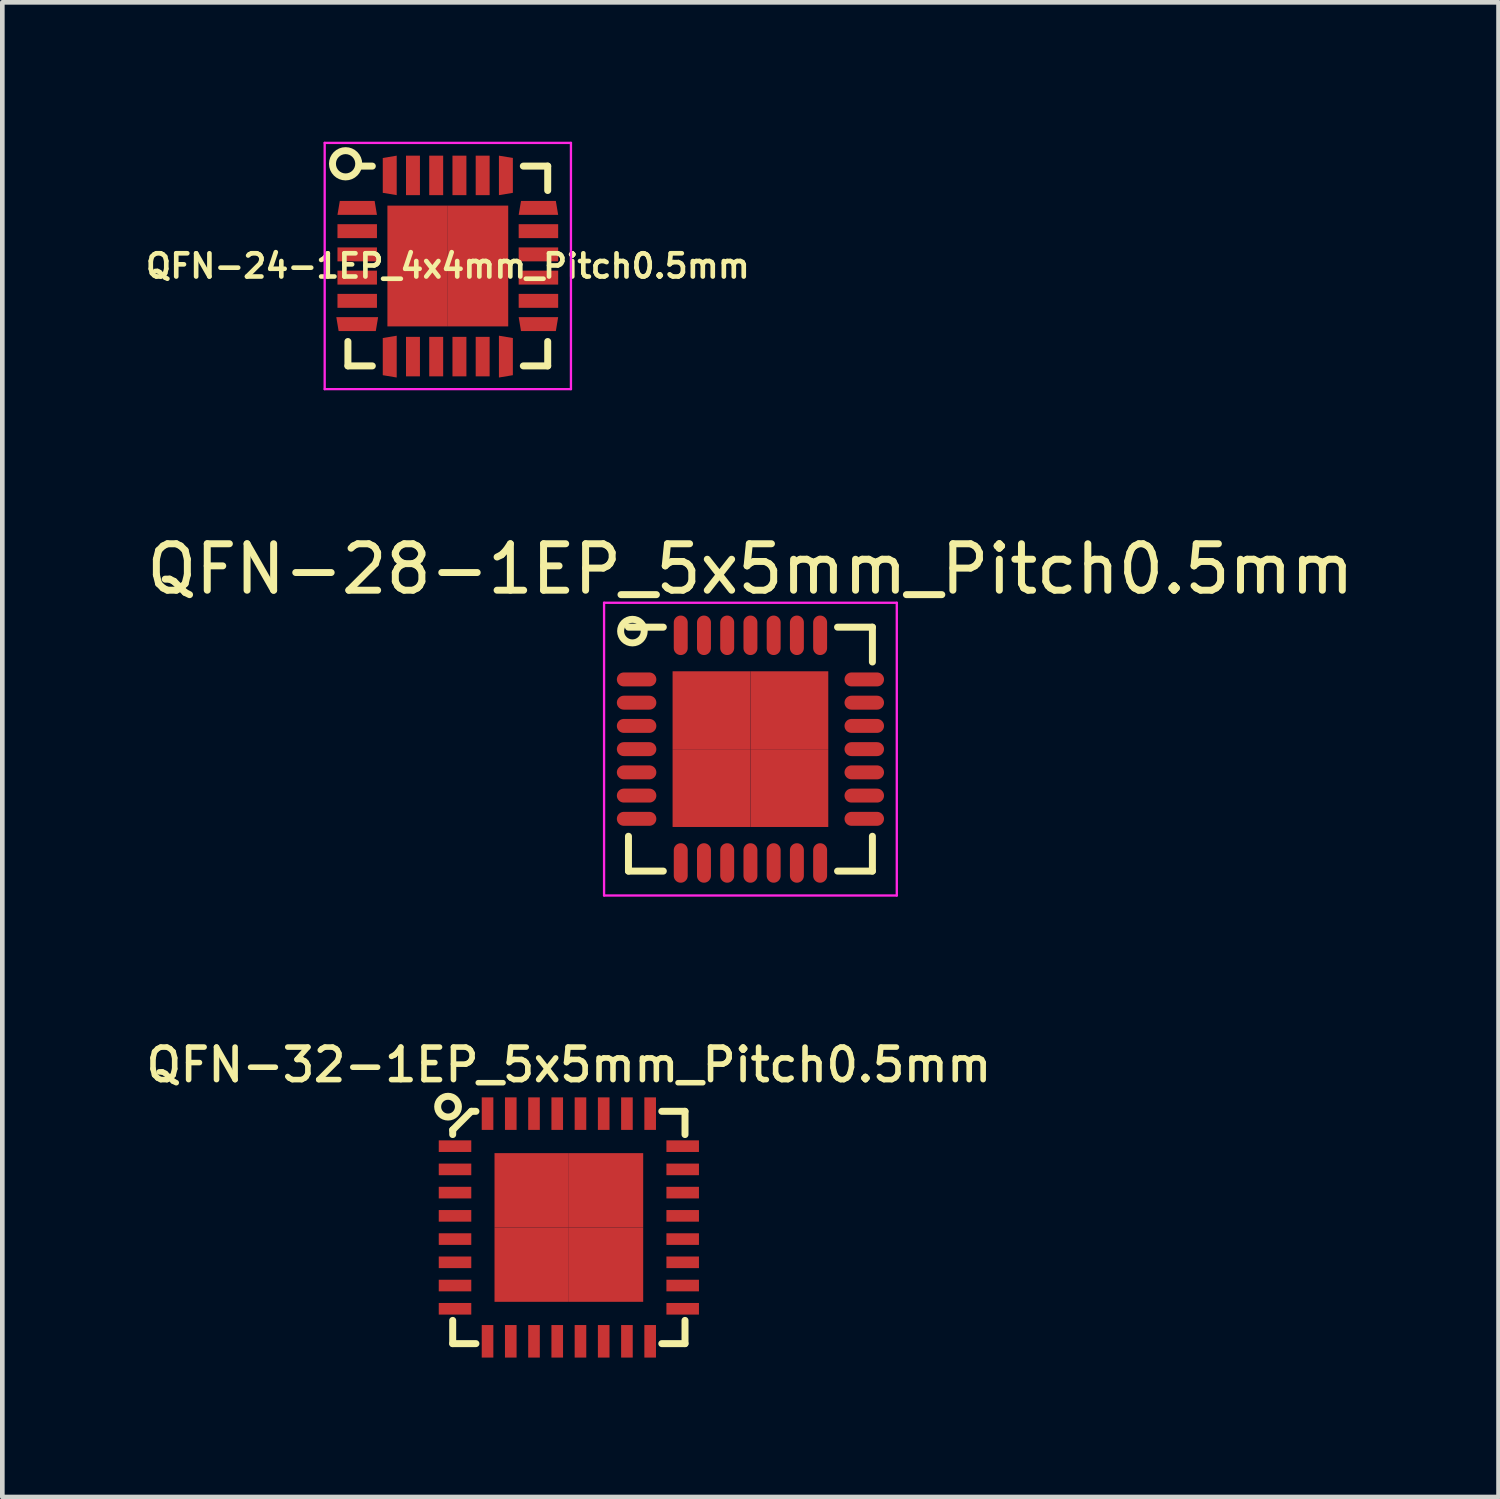
<source format=kicad_pcb>
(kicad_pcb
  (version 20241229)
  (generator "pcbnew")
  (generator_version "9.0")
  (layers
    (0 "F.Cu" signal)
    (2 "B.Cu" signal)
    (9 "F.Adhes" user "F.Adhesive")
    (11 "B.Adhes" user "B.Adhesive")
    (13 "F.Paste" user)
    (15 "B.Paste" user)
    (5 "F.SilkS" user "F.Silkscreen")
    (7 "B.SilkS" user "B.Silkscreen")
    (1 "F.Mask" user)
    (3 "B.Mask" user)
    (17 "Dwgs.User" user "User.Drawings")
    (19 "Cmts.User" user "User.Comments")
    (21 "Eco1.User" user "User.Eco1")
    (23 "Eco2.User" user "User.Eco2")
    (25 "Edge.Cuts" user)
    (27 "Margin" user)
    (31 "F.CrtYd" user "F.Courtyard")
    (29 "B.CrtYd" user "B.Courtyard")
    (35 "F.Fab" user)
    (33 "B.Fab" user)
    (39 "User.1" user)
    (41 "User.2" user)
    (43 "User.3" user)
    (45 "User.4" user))
  (footprint "QFN-24-1EP_4x4mm_Pitch0.5mm"
    (layer "F.Cu")
    (at 6.588 2.675)
    (property "Reference" "QFN-24-1EP_4x4mm_Pitch0.5mm" (at 0 0 0) (layer "F.SilkS") (effects (font (size 0.5 0.5) (thickness 0.1))))
    (attr smd)
    (fp_line (start -2.15 2.15) (end -2.15 1.625) (stroke (width 0.15) (type solid)) (layer "F.SilkS"))
    (fp_line (start -2.15 2.15) (end -1.625 2.15) (stroke (width 0.15) (type solid)) (layer "F.SilkS"))
    (fp_line (start -1.9 -2.15) (end -1.625 -2.15) (stroke (width 0.15) (type solid)) (layer "F.SilkS"))
    (fp_line (start 2.15 -2.15) (end 1.625 -2.15) (stroke (width 0.15) (type solid)) (layer "F.SilkS"))
    (fp_line (start 2.15 -2.15) (end 2.15 -1.625) (stroke (width 0.15) (type solid)) (layer "F.SilkS"))
    (fp_line (start 2.15 2.15) (end 1.625 2.15) (stroke (width 0.15) (type solid)) (layer "F.SilkS"))
    (fp_line (start 2.15 2.15) (end 2.15 1.625) (stroke (width 0.15) (type solid)) (layer "F.SilkS"))
    (fp_circle (center -2.2 -2.2) (end -2 -2) (stroke (width 0.15) (type solid)) (fill no) (layer "F.SilkS"))
    (fp_line (start -2.65 -2.65) (end -2.65 2.65) (stroke (width 0.05) (type solid)) (layer "F.CrtYd"))
    (fp_line (start -2.65 -2.65) (end 2.65 -2.65) (stroke (width 0.05) (type solid)) (layer "F.CrtYd"))
    (fp_line (start -2.65 2.65) (end 2.65 2.65) (stroke (width 0.05) (type solid)) (layer "F.CrtYd"))
    (fp_line (start 2.65 -2.65) (end 2.65 2.65) (stroke (width 0.05) (type solid)) (layer "F.CrtYd"))
    (pad "1" smd trapezoid (at -1.95 -1.25) (size 0.8 0.3) (rect_delta 0 0.05) (layers "F.Cu" "F.Mask" "F.Paste"))
    (pad "2" smd rect (at -1.95 -0.75) (size 0.85 0.3) (layers "F.Cu" "F.Mask" "F.Paste"))
    (pad "3" smd rect (at -1.95 -0.25) (size 0.85 0.3) (layers "F.Cu" "F.Mask" "F.Paste"))
    (pad "4" smd rect (at -1.95 0.25) (size 0.85 0.3) (layers "F.Cu" "F.Mask" "F.Paste"))
    (pad "5" smd rect (at -1.95 0.75) (size 0.85 0.3) (layers "F.Cu" "F.Mask" "F.Paste"))
    (pad "6" smd trapezoid (at -1.95 1.25 180) (size 0.85 0.3) (rect_delta 0 0.05) (layers "F.Cu" "F.Mask" "F.Paste"))
    (pad "7" smd trapezoid (at -1.25 1.95 90) (size 0.85 0.3) (rect_delta 0 0.05) (layers "F.Cu" "F.Mask" "F.Paste"))
    (pad "8" smd rect (at -0.75 1.95 90) (size 0.85 0.3) (layers "F.Cu" "F.Mask" "F.Paste"))
    (pad "9" smd rect (at -0.25 1.95 90) (size 0.85 0.3) (layers "F.Cu" "F.Mask" "F.Paste"))
    (pad "10" smd rect (at 0.25 1.95 90) (size 0.85 0.3) (layers "F.Cu" "F.Mask" "F.Paste"))
    (pad "11" smd rect (at 0.75 1.95 90) (size 0.85 0.3) (layers "F.Cu" "F.Mask" "F.Paste"))
    (pad "12" smd trapezoid (at 1.25 1.95 270) (size 0.85 0.3) (rect_delta 0 0.05) (layers "F.Cu" "F.Mask" "F.Paste"))
    (pad "13" smd trapezoid (at 1.95 1.25 180) (size 0.8 0.3) (rect_delta 0 0.05) (layers "F.Cu" "F.Mask" "F.Paste"))
    (pad "14" smd rect (at 1.95 0.75) (size 0.85 0.3) (layers "F.Cu" "F.Mask" "F.Paste"))
    (pad "15" smd rect (at 1.95 0.25) (size 0.85 0.3) (layers "F.Cu" "F.Mask" "F.Paste"))
    (pad "16" smd rect (at 1.95 -0.25) (size 0.85 0.3) (layers "F.Cu" "F.Mask" "F.Paste"))
    (pad "17" smd rect (at 1.95 -0.75) (size 0.85 0.3) (layers "F.Cu" "F.Mask" "F.Paste"))
    (pad "18" smd trapezoid (at 1.95 -1.25) (size 0.8 0.3) (rect_delta 0 0.05) (layers "F.Cu" "F.Mask" "F.Paste"))
    (pad "19" smd trapezoid (at 1.25 -1.95 270) (size 0.8 0.3) (rect_delta 0 0.05) (layers "F.Cu" "F.Mask" "F.Paste"))
    (pad "20" smd rect (at 0.75 -1.95 90) (size 0.85 0.3) (layers "F.Cu" "F.Mask" "F.Paste"))
    (pad "21" smd rect (at 0.25 -1.95 90) (size 0.85 0.3) (layers "F.Cu" "F.Mask" "F.Paste"))
    (pad "22" smd rect (at -0.25 -1.95 90) (size 0.85 0.3) (layers "F.Cu" "F.Mask" "F.Paste"))
    (pad "23" smd rect (at -0.75 -1.95 90) (size 0.85 0.3) (layers "F.Cu" "F.Mask" "F.Paste"))
    (pad "24" smd trapezoid (at -1.25 -1.95 90) (size 0.8 0.3) (rect_delta 0 0.05) (layers "F.Cu" "F.Mask" "F.Paste"))
    (pad "25" smd rect (at -0.65 -0.65) (size 1.3 1.3) (layers "F.Cu" "F.Mask" "F.Paste"))
    (pad "25" smd rect (at -0.65 0.65) (size 1.3 1.3) (layers "F.Cu" "F.Mask" "F.Paste"))
    (pad "25" smd rect (at 0.65 -0.65) (size 1.3 1.3) (layers "F.Cu" "F.Mask" "F.Paste"))
    (pad "25" smd rect (at 0.65 0.65) (size 1.3 1.3) (layers "F.Cu" "F.Mask" "F.Paste")))
  (footprint "QFN-28-1EP_5x5mm_Pitch0.5mm"
    (layer "F.Cu")
    (at 13.101 13.073)
    (property "Reference" "QFN-28-1EP_5x5mm_Pitch0.5mm" (at 0 -3.875 0) (layer "F.SilkS") (effects (font (size 1 1) (thickness 0.15))))
    (attr smd)
    (fp_line (start -2.625 -2.625) (end -1.875 -2.625) (stroke (width 0.15) (type solid)) (layer "F.SilkS"))
    (fp_line (start -2.625 2.625) (end -2.625 1.875) (stroke (width 0.15) (type solid)) (layer "F.SilkS"))
    (fp_line (start -2.625 2.625) (end -1.875 2.625) (stroke (width 0.15) (type solid)) (layer "F.SilkS"))
    (fp_line (start 2.625 -2.625) (end 1.875 -2.625) (stroke (width 0.15) (type solid)) (layer "F.SilkS"))
    (fp_line (start 2.625 -2.625) (end 2.625 -1.875) (stroke (width 0.15) (type solid)) (layer "F.SilkS"))
    (fp_line (start 2.625 2.625) (end 1.875 2.625) (stroke (width 0.15) (type solid)) (layer "F.SilkS"))
    (fp_line (start 2.625 2.625) (end 2.625 1.875) (stroke (width 0.15) (type solid)) (layer "F.SilkS"))
    (fp_circle (center -2.54 -2.54) (end -2.794 -2.54) (stroke (width 0.15) (type solid)) (fill no) (layer "F.SilkS"))
    (fp_line (start -3.15 -3.15) (end -3.15 3.15) (stroke (width 0.05) (type solid)) (layer "F.CrtYd"))
    (fp_line (start -3.15 -3.15) (end 3.15 -3.15) (stroke (width 0.05) (type solid)) (layer "F.CrtYd"))
    (fp_line (start -3.15 3.15) (end 3.15 3.15) (stroke (width 0.05) (type solid)) (layer "F.CrtYd"))
    (fp_line (start 3.15 -3.15) (end 3.15 3.15) (stroke (width 0.05) (type solid)) (layer "F.CrtYd"))
    (pad "1" smd oval (at -2.45 -1.5) (size 0.85 0.3) (layers "F.Cu" "F.Mask" "F.Paste"))
    (pad "2" smd oval (at -2.45 -1) (size 0.85 0.3) (layers "F.Cu" "F.Mask" "F.Paste"))
    (pad "3" smd oval (at -2.45 -0.5) (size 0.85 0.3) (layers "F.Cu" "F.Mask" "F.Paste"))
    (pad "4" smd oval (at -2.45 0) (size 0.85 0.3) (layers "F.Cu" "F.Mask" "F.Paste"))
    (pad "5" smd oval (at -2.45 0.5) (size 0.85 0.3) (layers "F.Cu" "F.Mask" "F.Paste"))
    (pad "6" smd oval (at -2.45 1) (size 0.85 0.3) (layers "F.Cu" "F.Mask" "F.Paste"))
    (pad "7" smd oval (at -2.45 1.5) (size 0.85 0.3) (layers "F.Cu" "F.Mask" "F.Paste"))
    (pad "8" smd oval (at -1.5 2.45 90) (size 0.85 0.3) (layers "F.Cu" "F.Mask" "F.Paste"))
    (pad "9" smd oval (at -1 2.45 90) (size 0.85 0.3) (layers "F.Cu" "F.Mask" "F.Paste"))
    (pad "10" smd oval (at -0.5 2.45 90) (size 0.85 0.3) (layers "F.Cu" "F.Mask" "F.Paste"))
    (pad "11" smd oval (at 0 2.45 90) (size 0.85 0.3) (layers "F.Cu" "F.Mask" "F.Paste"))
    (pad "12" smd oval (at 0.5 2.45 90) (size 0.85 0.3) (layers "F.Cu" "F.Mask" "F.Paste"))
    (pad "13" smd oval (at 1 2.45 90) (size 0.85 0.3) (layers "F.Cu" "F.Mask" "F.Paste"))
    (pad "14" smd oval (at 1.5 2.45 90) (size 0.85 0.3) (layers "F.Cu" "F.Mask" "F.Paste"))
    (pad "15" smd oval (at 2.45 1.5) (size 0.85 0.3) (layers "F.Cu" "F.Mask" "F.Paste"))
    (pad "16" smd oval (at 2.45 1) (size 0.85 0.3) (layers "F.Cu" "F.Mask" "F.Paste"))
    (pad "17" smd oval (at 2.45 0.5) (size 0.85 0.3) (layers "F.Cu" "F.Mask" "F.Paste"))
    (pad "18" smd oval (at 2.45 0) (size 0.85 0.3) (layers "F.Cu" "F.Mask" "F.Paste"))
    (pad "19" smd oval (at 2.45 -0.5) (size 0.85 0.3) (layers "F.Cu" "F.Mask" "F.Paste"))
    (pad "20" smd oval (at 2.45 -1) (size 0.85 0.3) (layers "F.Cu" "F.Mask" "F.Paste"))
    (pad "21" smd oval (at 2.45 -1.5) (size 0.85 0.3) (layers "F.Cu" "F.Mask" "F.Paste"))
    (pad "22" smd oval (at 1.5 -2.45 90) (size 0.85 0.3) (layers "F.Cu" "F.Mask" "F.Paste"))
    (pad "23" smd oval (at 1 -2.45 90) (size 0.85 0.3) (layers "F.Cu" "F.Mask" "F.Paste"))
    (pad "24" smd oval (at 0.5 -2.45 90) (size 0.85 0.3) (layers "F.Cu" "F.Mask" "F.Paste"))
    (pad "25" smd oval (at 0 -2.45 90) (size 0.85 0.3) (layers "F.Cu" "F.Mask" "F.Paste"))
    (pad "26" smd oval (at -0.5 -2.45 90) (size 0.85 0.3) (layers "F.Cu" "F.Mask" "F.Paste"))
    (pad "27" smd oval (at -1 -2.45 90) (size 0.85 0.3) (layers "F.Cu" "F.Mask" "F.Paste"))
    (pad "28" smd oval (at -1.5 -2.45 90) (size 0.85 0.3) (layers "F.Cu" "F.Mask" "F.Paste"))
    (pad "29" smd rect (at -0.838 -0.838) (size 1.675 1.675) (layers "F.Cu" "F.Mask" "F.Paste"))
    (pad "29" smd rect (at -0.838 0.838) (size 1.675 1.675) (layers "F.Cu" "F.Mask" "F.Paste"))
    (pad "29" smd rect (at 0.838 -0.838) (size 1.675 1.675) (layers "F.Cu" "F.Mask" "F.Paste"))
    (pad "29" smd rect (at 0.838 0.838) (size 1.675 1.675) (layers "F.Cu" "F.Mask" "F.Paste")))
  (footprint "QFN-32-1EP_5x5mm_Pitch0.5mm"
    (layer "F.Cu")
    (at 9.193 23.368)
    (property "Reference" "QFN-32-1EP_5x5mm_Pitch0.5mm" (at 0 -3.5 0) (layer "F.SilkS") (effects (font (size 0.7 0.7) (thickness 0.12))))
    (attr smd)
    (fp_line (start -2.5 -2.1) (end -2.5 -2) (stroke (width 0.15) (type solid)) (layer "F.SilkS"))
    (fp_line (start -2.5 2.5) (end -2.5 2) (stroke (width 0.15) (type solid)) (layer "F.SilkS"))
    (fp_line (start -2.1 -2.5) (end -2.5 -2.1) (stroke (width 0.15) (type solid)) (layer "F.SilkS"))
    (fp_line (start -2 -2.5) (end -2.1 -2.5) (stroke (width 0.15) (type solid)) (layer "F.SilkS"))
    (fp_line (start -2 2.5) (end -2.5 2.5) (stroke (width 0.15) (type solid)) (layer "F.SilkS"))
    (fp_line (start 2 -2.5) (end 2.5 -2.5) (stroke (width 0.15) (type solid)) (layer "F.SilkS"))
    (fp_line (start 2.5 -2.5) (end 2.5 -2) (stroke (width 0.15) (type solid)) (layer "F.SilkS"))
    (fp_line (start 2.5 2) (end 2.5 2.5) (stroke (width 0.15) (type solid)) (layer "F.SilkS"))
    (fp_line (start 2.5 2.5) (end 2 2.5) (stroke (width 0.15) (type solid)) (layer "F.SilkS"))
    (fp_circle (center -2.6 -2.6) (end -2.5 -2.4) (stroke (width 0.15) (type solid)) (fill no) (layer "F.SilkS"))
    (pad "1" smd rect (at -2.45 -1.75) (size 0.7 0.25) (layers "F.Cu" "F.Mask" "F.Paste"))
    (pad "2" smd rect (at -2.45 -1.25) (size 0.7 0.25) (layers "F.Cu" "F.Mask" "F.Paste"))
    (pad "3" smd rect (at -2.45 -0.75) (size 0.7 0.25) (layers "F.Cu" "F.Mask" "F.Paste"))
    (pad "4" smd rect (at -2.45 -0.25) (size 0.7 0.25) (layers "F.Cu" "F.Mask" "F.Paste"))
    (pad "5" smd rect (at -2.45 0.25) (size 0.7 0.25) (layers "F.Cu" "F.Mask" "F.Paste"))
    (pad "6" smd rect (at -2.45 0.75) (size 0.7 0.25) (layers "F.Cu" "F.Mask" "F.Paste"))
    (pad "7" smd rect (at -2.45 1.25) (size 0.7 0.25) (layers "F.Cu" "F.Mask" "F.Paste"))
    (pad "8" smd rect (at -2.45 1.75) (size 0.7 0.25) (layers "F.Cu" "F.Mask" "F.Paste"))
    (pad "9" smd rect (at -1.75 2.45 90) (size 0.7 0.25) (layers "F.Cu" "F.Mask" "F.Paste"))
    (pad "10" smd rect (at -1.25 2.45 90) (size 0.7 0.25) (layers "F.Cu" "F.Mask" "F.Paste"))
    (pad "11" smd rect (at -0.75 2.45 90) (size 0.7 0.25) (layers "F.Cu" "F.Mask" "F.Paste"))
    (pad "12" smd rect (at -0.25 2.45 90) (size 0.7 0.25) (layers "F.Cu" "F.Mask" "F.Paste"))
    (pad "13" smd rect (at 0.25 2.45 90) (size 0.7 0.25) (layers "F.Cu" "F.Mask" "F.Paste"))
    (pad "14" smd rect (at 0.75 2.45 90) (size 0.7 0.25) (layers "F.Cu" "F.Mask" "F.Paste"))
    (pad "15" smd rect (at 1.25 2.45 90) (size 0.7 0.25) (layers "F.Cu" "F.Mask" "F.Paste"))
    (pad "16" smd rect (at 1.75 2.45 90) (size 0.7 0.25) (layers "F.Cu" "F.Mask" "F.Paste"))
    (pad "17" smd rect (at 2.45 1.75) (size 0.7 0.25) (layers "F.Cu" "F.Mask" "F.Paste"))
    (pad "18" smd rect (at 2.45 1.25) (size 0.7 0.25) (layers "F.Cu" "F.Mask" "F.Paste"))
    (pad "19" smd rect (at 2.45 0.75) (size 0.7 0.25) (layers "F.Cu" "F.Mask" "F.Paste"))
    (pad "20" smd rect (at 2.45 0.25) (size 0.7 0.25) (layers "F.Cu" "F.Mask" "F.Paste"))
    (pad "21" smd rect (at 2.45 -0.25) (size 0.7 0.25) (layers "F.Cu" "F.Mask" "F.Paste"))
    (pad "22" smd rect (at 2.45 -0.75) (size 0.7 0.25) (layers "F.Cu" "F.Mask" "F.Paste"))
    (pad "23" smd rect (at 2.45 -1.25) (size 0.7 0.25) (layers "F.Cu" "F.Mask" "F.Paste"))
    (pad "24" smd rect (at 2.45 -1.75) (size 0.7 0.25) (layers "F.Cu" "F.Mask" "F.Paste"))
    (pad "25" smd rect (at 1.75 -2.45 90) (size 0.7 0.25) (layers "F.Cu" "F.Mask" "F.Paste"))
    (pad "26" smd rect (at 1.25 -2.45 90) (size 0.7 0.25) (layers "F.Cu" "F.Mask" "F.Paste"))
    (pad "27" smd rect (at 0.75 -2.45 90) (size 0.7 0.25) (layers "F.Cu" "F.Mask" "F.Paste"))
    (pad "28" smd rect (at 0.25 -2.45 90) (size 0.7 0.25) (layers "F.Cu" "F.Mask" "F.Paste"))
    (pad "29" smd rect (at -0.25 -2.45 90) (size 0.7 0.25) (layers "F.Cu" "F.Mask" "F.Paste"))
    (pad "30" smd rect (at -0.75 -2.45 90) (size 0.7 0.25) (layers "F.Cu" "F.Mask" "F.Paste"))
    (pad "31" smd rect (at -1.25 -2.45 90) (size 0.7 0.25) (layers "F.Cu" "F.Mask" "F.Paste"))
    (pad "32" smd rect (at -1.75 -2.45 90) (size 0.7 0.25) (layers "F.Cu" "F.Mask" "F.Paste"))
    (pad "33" smd rect (at -0.8 -0.8 270) (size 1.6 1.6) (layers "F.Cu" "F.Mask" "F.Paste"))
    (pad "33" smd rect (at -0.8 0.8 180) (size 1.6 1.6) (layers "F.Cu" "F.Mask" "F.Paste"))
    (pad "33" smd rect (at 0.8 -0.8) (size 1.6 1.6) (layers "F.Cu" "F.Mask" "F.Paste"))
    (pad "33" smd rect (at 0.8 0.8 180) (size 1.6 1.6) (layers "F.Cu" "F.Mask" "F.Paste")))
  (gr_rect
    (start -3 -3)
    (end 29.202 29.168)
    (stroke (width 0.1) (type default))
    (fill no)
    (layer "Edge.Cuts")))
</source>
